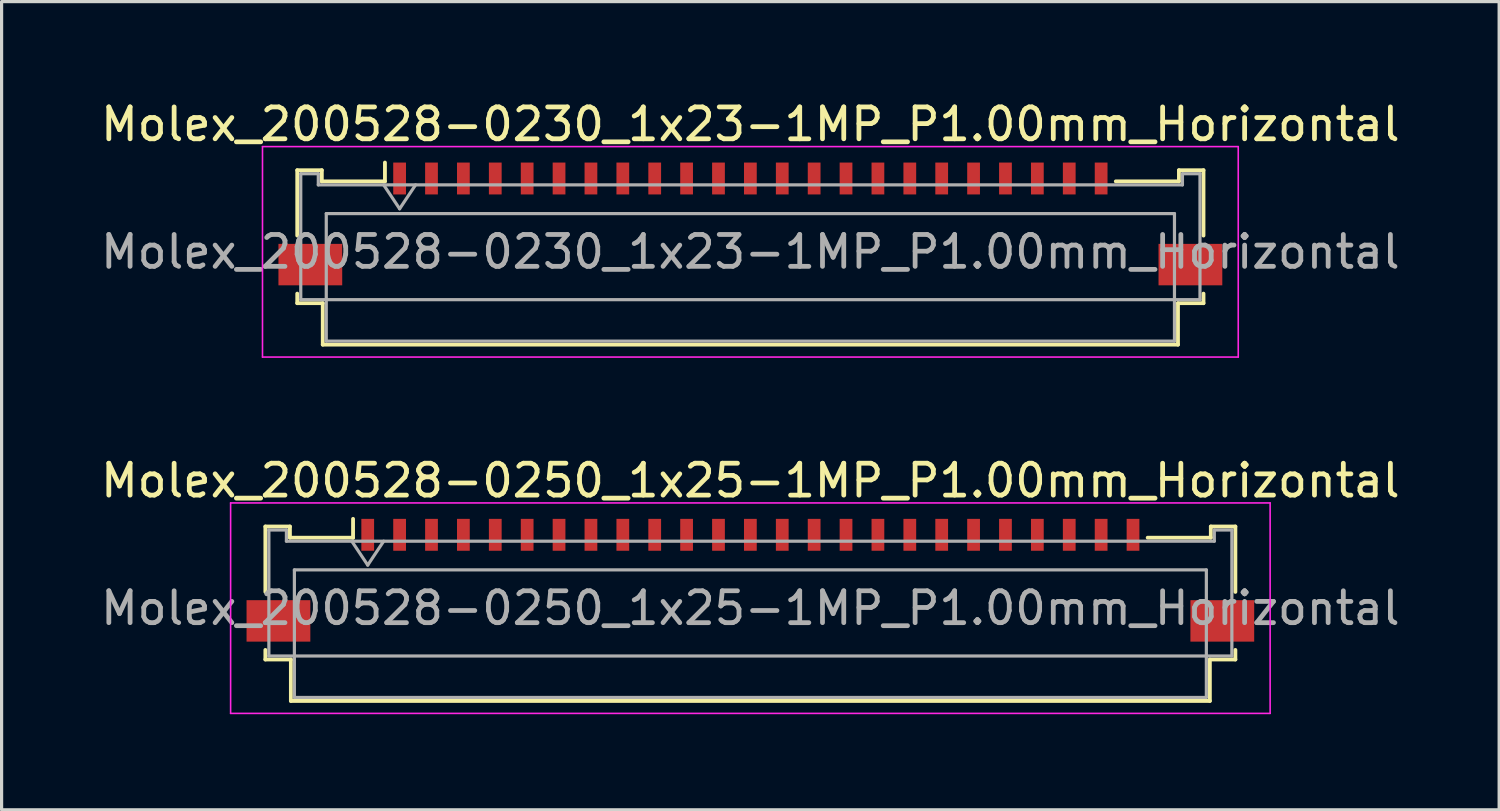
<source format=kicad_pcb>
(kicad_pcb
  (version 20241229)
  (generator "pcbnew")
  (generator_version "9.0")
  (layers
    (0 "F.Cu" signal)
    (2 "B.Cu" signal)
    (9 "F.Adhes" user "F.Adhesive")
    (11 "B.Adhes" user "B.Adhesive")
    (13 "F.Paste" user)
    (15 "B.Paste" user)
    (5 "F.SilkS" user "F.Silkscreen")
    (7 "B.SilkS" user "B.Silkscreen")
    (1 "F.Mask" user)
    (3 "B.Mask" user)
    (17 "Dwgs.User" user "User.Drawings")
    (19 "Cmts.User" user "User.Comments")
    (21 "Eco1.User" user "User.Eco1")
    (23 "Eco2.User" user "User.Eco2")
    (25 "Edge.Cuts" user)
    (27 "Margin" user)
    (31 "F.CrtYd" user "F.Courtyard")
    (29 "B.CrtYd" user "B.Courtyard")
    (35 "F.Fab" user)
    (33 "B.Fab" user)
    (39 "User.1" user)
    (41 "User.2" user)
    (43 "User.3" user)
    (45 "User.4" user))
  (footprint "Molex_200528-0230_1x23-1MP_P1.00mm_Horizontal"
    (layer "F.Cu")
    (at 20.482 3.458)
    (property "Reference" "Molex_200528-0230_1x23-1MP_P1.00mm_Horizontal" (at 0 -2.61 0) (layer "F.SilkS") (effects (font (size 1 1) (thickness 0.15))))
    (attr smd)
    (fp_line (start -14.21 -1.17) (end -14.21 0.88) (stroke (width 0.12) (type solid)) (layer "F.SilkS"))
    (fp_line (start -14.21 2.7) (end -14.21 3) (stroke (width 0.12) (type solid)) (layer "F.SilkS"))
    (fp_line (start -14.21 3) (end -13.41 3) (stroke (width 0.12) (type solid)) (layer "F.SilkS"))
    (fp_line (start -13.44 -1.17) (end -14.21 -1.17) (stroke (width 0.12) (type solid)) (layer "F.SilkS"))
    (fp_line (start -13.44 -0.82) (end -13.44 -1.17) (stroke (width 0.12) (type solid)) (layer "F.SilkS"))
    (fp_line (start -13.41 3) (end -13.41 4.3) (stroke (width 0.12) (type solid)) (layer "F.SilkS"))
    (fp_line (start -13.41 4.3) (end 13.41 4.3) (stroke (width 0.12) (type solid)) (layer "F.SilkS"))
    (fp_line (start -11.46 -1.41) (end -11.46 -0.82) (stroke (width 0.12) (type solid)) (layer "F.SilkS"))
    (fp_line (start -11.46 -0.82) (end -13.44 -0.82) (stroke (width 0.12) (type solid)) (layer "F.SilkS"))
    (fp_line (start 13.41 3) (end 14.21 3) (stroke (width 0.12) (type solid)) (layer "F.SilkS"))
    (fp_line (start 13.41 4.3) (end 13.41 3) (stroke (width 0.12) (type solid)) (layer "F.SilkS"))
    (fp_line (start 13.44 -1.17) (end 13.44 -0.82) (stroke (width 0.12) (type solid)) (layer "F.SilkS"))
    (fp_line (start 13.44 -0.82) (end 11.46 -0.82) (stroke (width 0.12) (type solid)) (layer "F.SilkS"))
    (fp_line (start 14.21 -1.17) (end 13.44 -1.17) (stroke (width 0.12) (type solid)) (layer "F.SilkS"))
    (fp_line (start 14.21 0.88) (end 14.21 -1.17) (stroke (width 0.12) (type solid)) (layer "F.SilkS"))
    (fp_line (start 14.21 3) (end 14.21 2.7) (stroke (width 0.12) (type solid)) (layer "F.SilkS"))
    (fp_line (start -15.3 -1.91) (end -15.3 4.69) (stroke (width 0.05) (type solid)) (layer "F.CrtYd"))
    (fp_line (start -15.3 4.69) (end 15.3 4.69) (stroke (width 0.05) (type solid)) (layer "F.CrtYd"))
    (fp_line (start 15.3 -1.91) (end -15.3 -1.91) (stroke (width 0.05) (type solid)) (layer "F.CrtYd"))
    (fp_line (start 15.3 4.69) (end 15.3 -1.91) (stroke (width 0.05) (type solid)) (layer "F.CrtYd"))
    (fp_line (start -14.1 -1.06) (end -14.1 2.89) (stroke (width 0.1) (type solid)) (layer "F.Fab"))
    (fp_line (start -14.1 2.89) (end 14.1 2.89) (stroke (width 0.1) (type solid)) (layer "F.Fab"))
    (fp_line (start -13.55 -1.06) (end -14.1 -1.06) (stroke (width 0.1) (type solid)) (layer "F.Fab"))
    (fp_line (start -13.55 -0.71) (end -13.55 -1.06) (stroke (width 0.1) (type solid)) (layer "F.Fab"))
    (fp_line (start -13.3 0.19) (end -13.3 4.19) (stroke (width 0.1) (type solid)) (layer "F.Fab"))
    (fp_line (start -13.3 4.19) (end 13.3 4.19) (stroke (width 0.1) (type solid)) (layer "F.Fab"))
    (fp_line (start -11.5 -0.71) (end -11 0.04) (stroke (width 0.1) (type solid)) (layer "F.Fab"))
    (fp_line (start -11 0.04) (end -10.5 -0.71) (stroke (width 0.1) (type solid)) (layer "F.Fab"))
    (fp_line (start 13.3 0.19) (end -13.3 0.19) (stroke (width 0.1) (type solid)) (layer "F.Fab"))
    (fp_line (start 13.3 4.19) (end 13.3 0.19) (stroke (width 0.1) (type solid)) (layer "F.Fab"))
    (fp_line (start 13.55 -1.06) (end 13.55 -0.71) (stroke (width 0.1) (type solid)) (layer "F.Fab"))
    (fp_line (start 13.55 -0.71) (end -13.55 -0.71) (stroke (width 0.1) (type solid)) (layer "F.Fab"))
    (fp_line (start 14.1 -1.06) (end 13.55 -1.06) (stroke (width 0.1) (type solid)) (layer "F.Fab"))
    (fp_line (start 14.1 2.89) (end 14.1 -1.06) (stroke (width 0.1) (type solid)) (layer "F.Fab"))
    (fp_text user "${REFERENCE}" (at 0 1.39 0) (layer "F.Fab") (effects (font (size 1 1) (thickness 0.15))))
    (pad "1" smd rect (at -11 -0.91) (size 0.4 1) (layers "F.Cu" "F.Mask" "F.Paste"))
    (pad "2" smd rect (at -10 -0.91) (size 0.4 1) (layers "F.Cu" "F.Mask" "F.Paste"))
    (pad "3" smd rect (at -9 -0.91) (size 0.4 1) (layers "F.Cu" "F.Mask" "F.Paste"))
    (pad "4" smd rect (at -8 -0.91) (size 0.4 1) (layers "F.Cu" "F.Mask" "F.Paste"))
    (pad "5" smd rect (at -7 -0.91) (size 0.4 1) (layers "F.Cu" "F.Mask" "F.Paste"))
    (pad "6" smd rect (at -6 -0.91) (size 0.4 1) (layers "F.Cu" "F.Mask" "F.Paste"))
    (pad "7" smd rect (at -5 -0.91) (size 0.4 1) (layers "F.Cu" "F.Mask" "F.Paste"))
    (pad "8" smd rect (at -4 -0.91) (size 0.4 1) (layers "F.Cu" "F.Mask" "F.Paste"))
    (pad "9" smd rect (at -3 -0.91) (size 0.4 1) (layers "F.Cu" "F.Mask" "F.Paste"))
    (pad "10" smd rect (at -2 -0.91) (size 0.4 1) (layers "F.Cu" "F.Mask" "F.Paste"))
    (pad "11" smd rect (at -1 -0.91) (size 0.4 1) (layers "F.Cu" "F.Mask" "F.Paste"))
    (pad "12" smd rect (at 0 -0.91) (size 0.4 1) (layers "F.Cu" "F.Mask" "F.Paste"))
    (pad "13" smd rect (at 1 -0.91) (size 0.4 1) (layers "F.Cu" "F.Mask" "F.Paste"))
    (pad "14" smd rect (at 2 -0.91) (size 0.4 1) (layers "F.Cu" "F.Mask" "F.Paste"))
    (pad "15" smd rect (at 3 -0.91) (size 0.4 1) (layers "F.Cu" "F.Mask" "F.Paste"))
    (pad "16" smd rect (at 4 -0.91) (size 0.4 1) (layers "F.Cu" "F.Mask" "F.Paste"))
    (pad "17" smd rect (at 5 -0.91) (size 0.4 1) (layers "F.Cu" "F.Mask" "F.Paste"))
    (pad "18" smd rect (at 6 -0.91) (size 0.4 1) (layers "F.Cu" "F.Mask" "F.Paste"))
    (pad "19" smd rect (at 7 -0.91) (size 0.4 1) (layers "F.Cu" "F.Mask" "F.Paste"))
    (pad "20" smd rect (at 8 -0.91) (size 0.4 1) (layers "F.Cu" "F.Mask" "F.Paste"))
    (pad "21" smd rect (at 9 -0.91) (size 0.4 1) (layers "F.Cu" "F.Mask" "F.Paste"))
    (pad "22" smd rect (at 10 -0.91) (size 0.4 1) (layers "F.Cu" "F.Mask" "F.Paste"))
    (pad "23" smd rect (at 11 -0.91) (size 0.4 1) (layers "F.Cu" "F.Mask" "F.Paste"))
    (pad "MP" smd rect (at -13.8 1.79) (size 2 1.3) (layers "F.Cu" "F.Mask" "F.Paste"))
    (pad "MP" smd rect (at 13.8 1.79) (size 2 1.3) (layers "F.Cu" "F.Mask" "F.Paste")))
  (footprint "Molex_200528-0250_1x25-1MP_P1.00mm_Horizontal"
    (layer "F.Cu")
    (at 20.482 14.632)
    (property "Reference" "Molex_200528-0250_1x25-1MP_P1.00mm_Horizontal" (at 0 -2.61 0) (layer "F.SilkS") (effects (font (size 1 1) (thickness 0.15))))
    (attr smd)
    (fp_line (start -15.21 -1.17) (end -15.21 0.88) (stroke (width 0.12) (type solid)) (layer "F.SilkS"))
    (fp_line (start -15.21 2.7) (end -15.21 3) (stroke (width 0.12) (type solid)) (layer "F.SilkS"))
    (fp_line (start -15.21 3) (end -14.41 3) (stroke (width 0.12) (type solid)) (layer "F.SilkS"))
    (fp_line (start -14.44 -1.17) (end -15.21 -1.17) (stroke (width 0.12) (type solid)) (layer "F.SilkS"))
    (fp_line (start -14.44 -0.82) (end -14.44 -1.17) (stroke (width 0.12) (type solid)) (layer "F.SilkS"))
    (fp_line (start -14.41 3) (end -14.41 4.3) (stroke (width 0.12) (type solid)) (layer "F.SilkS"))
    (fp_line (start -14.41 4.3) (end 14.41 4.3) (stroke (width 0.12) (type solid)) (layer "F.SilkS"))
    (fp_line (start -12.46 -1.41) (end -12.46 -0.82) (stroke (width 0.12) (type solid)) (layer "F.SilkS"))
    (fp_line (start -12.46 -0.82) (end -14.44 -0.82) (stroke (width 0.12) (type solid)) (layer "F.SilkS"))
    (fp_line (start 14.41 3) (end 15.21 3) (stroke (width 0.12) (type solid)) (layer "F.SilkS"))
    (fp_line (start 14.41 4.3) (end 14.41 3) (stroke (width 0.12) (type solid)) (layer "F.SilkS"))
    (fp_line (start 14.44 -1.17) (end 14.44 -0.82) (stroke (width 0.12) (type solid)) (layer "F.SilkS"))
    (fp_line (start 14.44 -0.82) (end 12.46 -0.82) (stroke (width 0.12) (type solid)) (layer "F.SilkS"))
    (fp_line (start 15.21 -1.17) (end 14.44 -1.17) (stroke (width 0.12) (type solid)) (layer "F.SilkS"))
    (fp_line (start 15.21 0.88) (end 15.21 -1.17) (stroke (width 0.12) (type solid)) (layer "F.SilkS"))
    (fp_line (start 15.21 3) (end 15.21 2.7) (stroke (width 0.12) (type solid)) (layer "F.SilkS"))
    (fp_line (start -16.3 -1.91) (end -16.3 4.69) (stroke (width 0.05) (type solid)) (layer "F.CrtYd"))
    (fp_line (start -16.3 4.69) (end 16.3 4.69) (stroke (width 0.05) (type solid)) (layer "F.CrtYd"))
    (fp_line (start 16.3 -1.91) (end -16.3 -1.91) (stroke (width 0.05) (type solid)) (layer "F.CrtYd"))
    (fp_line (start 16.3 4.69) (end 16.3 -1.91) (stroke (width 0.05) (type solid)) (layer "F.CrtYd"))
    (fp_line (start -15.1 -1.06) (end -15.1 2.89) (stroke (width 0.1) (type solid)) (layer "F.Fab"))
    (fp_line (start -15.1 2.89) (end 15.1 2.89) (stroke (width 0.1) (type solid)) (layer "F.Fab"))
    (fp_line (start -14.55 -1.06) (end -15.1 -1.06) (stroke (width 0.1) (type solid)) (layer "F.Fab"))
    (fp_line (start -14.55 -0.71) (end -14.55 -1.06) (stroke (width 0.1) (type solid)) (layer "F.Fab"))
    (fp_line (start -14.3 0.19) (end -14.3 4.19) (stroke (width 0.1) (type solid)) (layer "F.Fab"))
    (fp_line (start -14.3 4.19) (end 14.3 4.19) (stroke (width 0.1) (type solid)) (layer "F.Fab"))
    (fp_line (start -12.5 -0.71) (end -12 0.04) (stroke (width 0.1) (type solid)) (layer "F.Fab"))
    (fp_line (start -12 0.04) (end -11.5 -0.71) (stroke (width 0.1) (type solid)) (layer "F.Fab"))
    (fp_line (start 14.3 0.19) (end -14.3 0.19) (stroke (width 0.1) (type solid)) (layer "F.Fab"))
    (fp_line (start 14.3 4.19) (end 14.3 0.19) (stroke (width 0.1) (type solid)) (layer "F.Fab"))
    (fp_line (start 14.55 -1.06) (end 14.55 -0.71) (stroke (width 0.1) (type solid)) (layer "F.Fab"))
    (fp_line (start 14.55 -0.71) (end -14.55 -0.71) (stroke (width 0.1) (type solid)) (layer "F.Fab"))
    (fp_line (start 15.1 -1.06) (end 14.55 -1.06) (stroke (width 0.1) (type solid)) (layer "F.Fab"))
    (fp_line (start 15.1 2.89) (end 15.1 -1.06) (stroke (width 0.1) (type solid)) (layer "F.Fab"))
    (fp_text user "${REFERENCE}" (at 0 1.39 0) (layer "F.Fab") (effects (font (size 1 1) (thickness 0.15))))
    (pad "1" smd rect (at -12 -0.91) (size 0.4 1) (layers "F.Cu" "F.Mask" "F.Paste"))
    (pad "2" smd rect (at -11 -0.91) (size 0.4 1) (layers "F.Cu" "F.Mask" "F.Paste"))
    (pad "3" smd rect (at -10 -0.91) (size 0.4 1) (layers "F.Cu" "F.Mask" "F.Paste"))
    (pad "4" smd rect (at -9 -0.91) (size 0.4 1) (layers "F.Cu" "F.Mask" "F.Paste"))
    (pad "5" smd rect (at -8 -0.91) (size 0.4 1) (layers "F.Cu" "F.Mask" "F.Paste"))
    (pad "6" smd rect (at -7 -0.91) (size 0.4 1) (layers "F.Cu" "F.Mask" "F.Paste"))
    (pad "7" smd rect (at -6 -0.91) (size 0.4 1) (layers "F.Cu" "F.Mask" "F.Paste"))
    (pad "8" smd rect (at -5 -0.91) (size 0.4 1) (layers "F.Cu" "F.Mask" "F.Paste"))
    (pad "9" smd rect (at -4 -0.91) (size 0.4 1) (layers "F.Cu" "F.Mask" "F.Paste"))
    (pad "10" smd rect (at -3 -0.91) (size 0.4 1) (layers "F.Cu" "F.Mask" "F.Paste"))
    (pad "11" smd rect (at -2 -0.91) (size 0.4 1) (layers "F.Cu" "F.Mask" "F.Paste"))
    (pad "12" smd rect (at -1 -0.91) (size 0.4 1) (layers "F.Cu" "F.Mask" "F.Paste"))
    (pad "13" smd rect (at 0 -0.91) (size 0.4 1) (layers "F.Cu" "F.Mask" "F.Paste"))
    (pad "14" smd rect (at 1 -0.91) (size 0.4 1) (layers "F.Cu" "F.Mask" "F.Paste"))
    (pad "15" smd rect (at 2 -0.91) (size 0.4 1) (layers "F.Cu" "F.Mask" "F.Paste"))
    (pad "16" smd rect (at 3 -0.91) (size 0.4 1) (layers "F.Cu" "F.Mask" "F.Paste"))
    (pad "17" smd rect (at 4 -0.91) (size 0.4 1) (layers "F.Cu" "F.Mask" "F.Paste"))
    (pad "18" smd rect (at 5 -0.91) (size 0.4 1) (layers "F.Cu" "F.Mask" "F.Paste"))
    (pad "19" smd rect (at 6 -0.91) (size 0.4 1) (layers "F.Cu" "F.Mask" "F.Paste"))
    (pad "20" smd rect (at 7 -0.91) (size 0.4 1) (layers "F.Cu" "F.Mask" "F.Paste"))
    (pad "21" smd rect (at 8 -0.91) (size 0.4 1) (layers "F.Cu" "F.Mask" "F.Paste"))
    (pad "22" smd rect (at 9 -0.91) (size 0.4 1) (layers "F.Cu" "F.Mask" "F.Paste"))
    (pad "23" smd rect (at 10 -0.91) (size 0.4 1) (layers "F.Cu" "F.Mask" "F.Paste"))
    (pad "24" smd rect (at 11 -0.91) (size 0.4 1) (layers "F.Cu" "F.Mask" "F.Paste"))
    (pad "25" smd rect (at 12 -0.91) (size 0.4 1) (layers "F.Cu" "F.Mask" "F.Paste"))
    (pad "MP" smd rect (at -14.8 1.79) (size 2 1.3) (layers "F.Cu" "F.Mask" "F.Paste"))
    (pad "MP" smd rect (at 14.8 1.79) (size 2 1.3) (layers "F.Cu" "F.Mask" "F.Paste")))
  (gr_rect
    (start -3 -3)
    (end 43.964 22.346)
    (stroke (width 0.1) (type default))
    (fill no)
    (layer "Edge.Cuts")))
</source>
